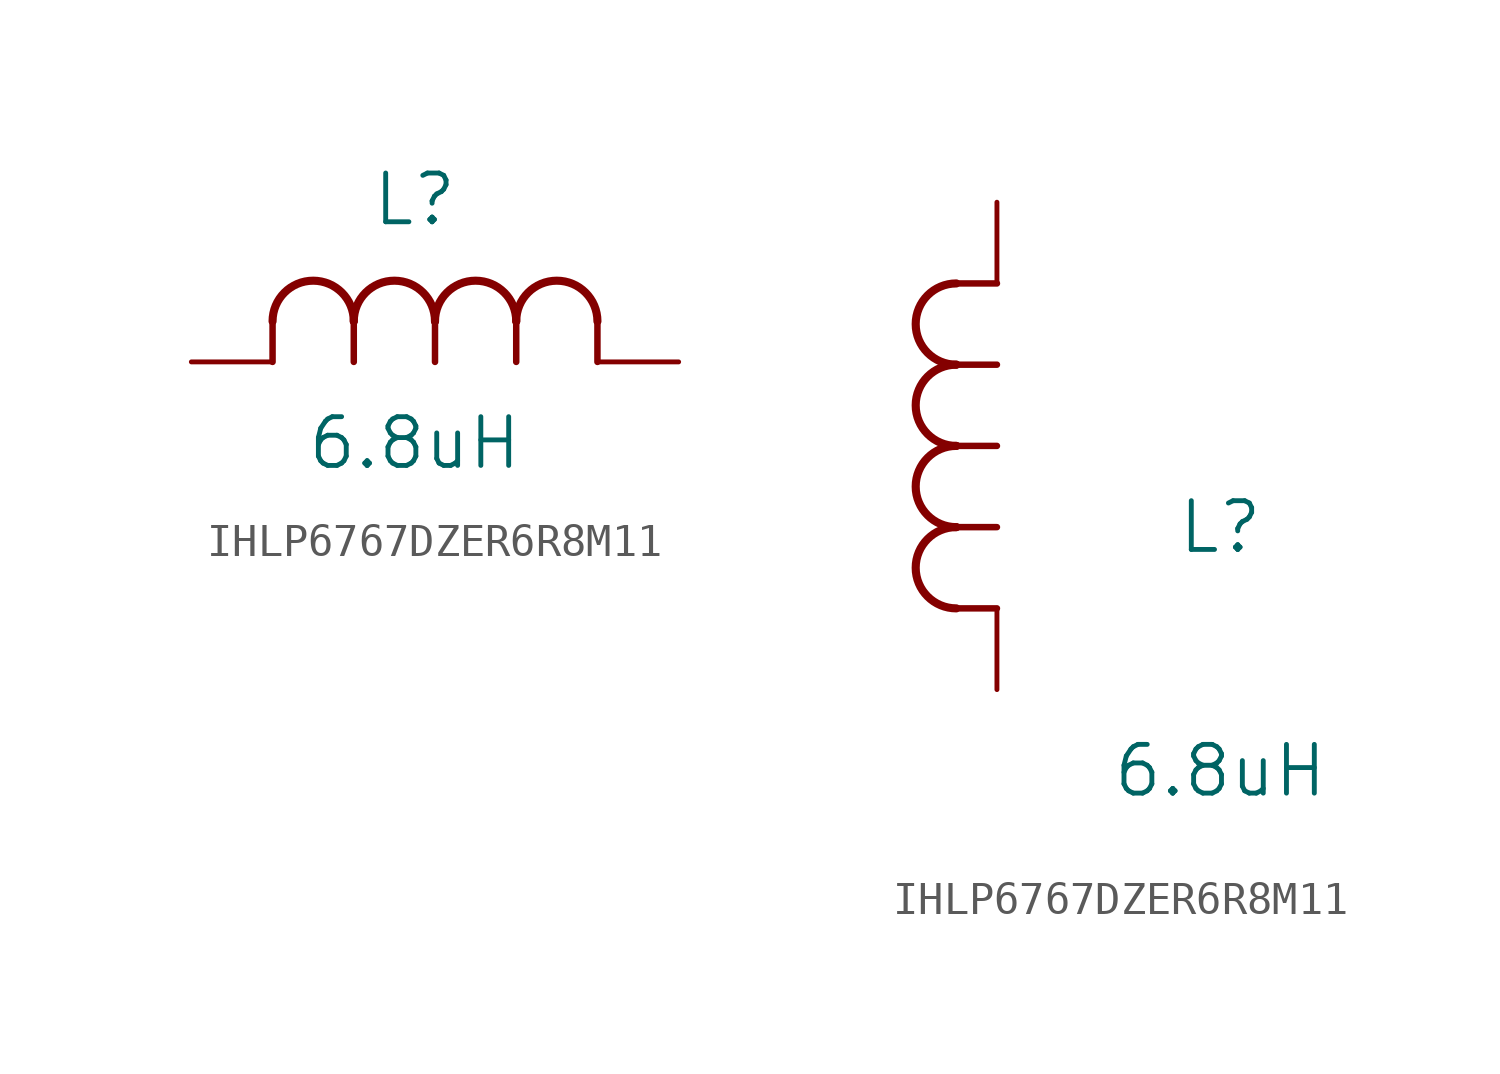
<source format=kicad_sym>
(kicad_symbol_lib
  (version 20231120)
  (generator "kicad_symbol_editor")
  (generator_version "8.0")
  (symbol "IHLP6767DZER6R8M11"
    (pin_numbers hide)
    (pin_names
      (offset 0.254) hide)
    (property "Reference" "L"
      (at 6.985 5.08 0)
      (effects (font (size 1.524 1.524))))
    (property "Value" "6.8uH"
      (at 6.985 -2.54 0)
      (effects (font (size 1.524 1.524))))
    (symbol "IHLP6767DZER6R8M11_1_1"
      (polyline (pts (xy 2.54 0) (xy 2.54 1.27)) (stroke (width 0.203) (type default)) (fill (type none)))
      (polyline (pts (xy 5.08 0) (xy 5.08 1.27)) (stroke (width 0.203) (type default)) (fill (type none)))
      (polyline (pts (xy 7.62 0) (xy 7.62 1.27)) (stroke (width 0.203) (type default)) (fill (type none)))
      (polyline (pts (xy 10.16 0) (xy 10.16 1.27)) (stroke (width 0.203) (type default)) (fill (type none)))
      (polyline (pts (xy 12.7 0) (xy 12.7 1.27)) (stroke (width 0.203) (type default)) (fill (type none)))
      (arc (start 5.08 1.27) (mid 3.81 2.5344) (end 2.54 1.27) (stroke (width 0.254) (type default)) (fill (type none)))
      (arc (start 7.62 1.27) (mid 6.35 2.5344) (end 5.08 1.27) (stroke (width 0.254) (type default)) (fill (type none)))
      (arc (start 10.16 1.27) (mid 8.89 2.5344) (end 7.62 1.27) (stroke (width 0.254) (type default)) (fill (type none)))
      (arc (start 12.7 1.27) (mid 11.43 2.5344) (end 10.16 1.27) (stroke (width 0.254) (type default)) (fill (type none)))
      (pin passive line (at 15.24 0 180) (length 2.54) (name "1" (effects (font (size 1.27 1.27)))) (number "1" (effects (font (size 1.27 1.27)))))
      (pin passive line (at 0 0 0) (length 2.54) (name "2" (effects (font (size 1.27 1.27)))) (number "2" (effects (font (size 1.27 1.27))))))
    (symbol "IHLP6767DZER6R8M11_1_2"
      (arc (start -1.27 5.08) (mid -2.5344 3.81) (end -1.27 2.54) (stroke (width 0.254) (type default)) (fill (type none)))
      (arc (start -1.27 7.62) (mid -2.5344 6.35) (end -1.27 5.08) (stroke (width 0.254) (type default)) (fill (type none)))
      (arc (start -1.27 10.16) (mid -2.5344 8.89) (end -1.27 7.62) (stroke (width 0.254) (type default)) (fill (type none)))
      (arc (start -1.27 12.7) (mid -2.5344 11.43) (end -1.27 10.16) (stroke (width 0.254) (type default)) (fill (type none)))
      (polyline (pts (xy 0 2.54) (xy -1.27 2.54)) (stroke (width 0.203) (type default)) (fill (type none)))
      (polyline (pts (xy 0 5.08) (xy -1.27 5.08)) (stroke (width 0.203) (type default)) (fill (type none)))
      (polyline (pts (xy 0 7.62) (xy -1.27 7.62)) (stroke (width 0.203) (type default)) (fill (type none)))
      (polyline (pts (xy 0 10.16) (xy -1.27 10.16)) (stroke (width 0.203) (type default)) (fill (type none)))
      (polyline (pts (xy 0 12.7) (xy -1.27 12.7)) (stroke (width 0.203) (type default)) (fill (type none)))
      (pin unspecified line (at 0 15.24 270) (length 2.54) (name "1" (effects (font (size 1.27 1.27)))) (number "1" (effects (font (size 1.27 1.27)))))
      (pin unspecified line (at 0 0 90) (length 2.54) (name "2" (effects (font (size 1.27 1.27)))) (number "2" (effects (font (size 1.27 1.27))))))))
</source>
